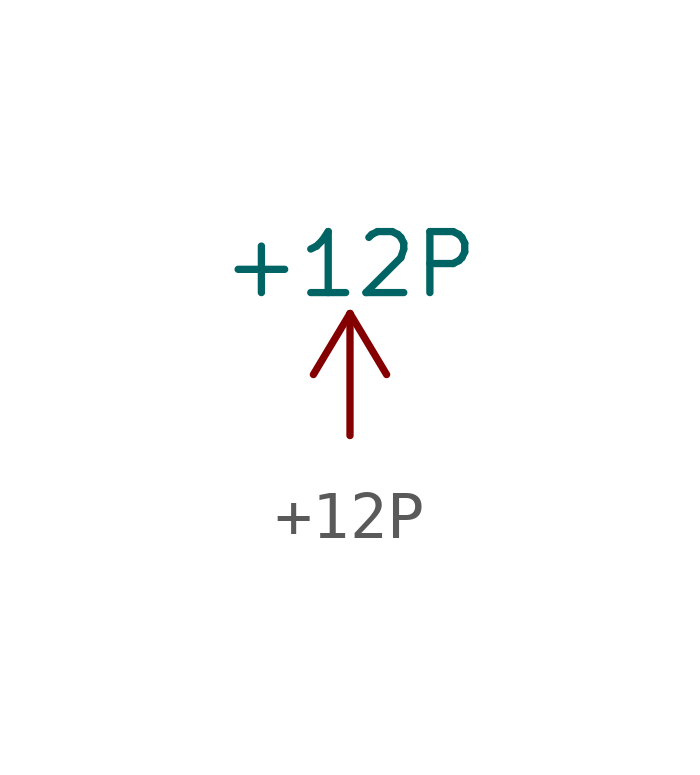
<source format=kicad_sym>
(kicad_symbol_lib
  (version 20201005)
  (generator kicad_symbol_editor)
  (symbol "+12P"
    (power)
    (pin_names
      (offset 0))
    (property "Reference" "#PWR"
      (at 0 -3.81 0)
      (effects (font (size 1.27 1.27)) hide))
    (property "Value" "+12P"
      (at 0 3.556 0)
      (effects (font (size 1.27 1.27))))
    (symbol "+12P_0_1"
      (polyline (pts (xy -0.762 1.27) (xy 0 2.54)) (stroke (width 0)) (fill (type none)))
      (polyline (pts (xy 0 0) (xy 0 2.54)) (stroke (width 0)) (fill (type none)))
      (polyline (pts (xy 0 2.54) (xy 0.762 1.27)) (stroke (width 0)) (fill (type none))))
    (symbol "+12P_1_1"
      (pin power_in line (at 0 0 90) (length 0) hide (name "+12P" (effects (font (size 1.27 1.27)))) (number "1" (effects (font (size 1.27 1.27))))))))
</source>
